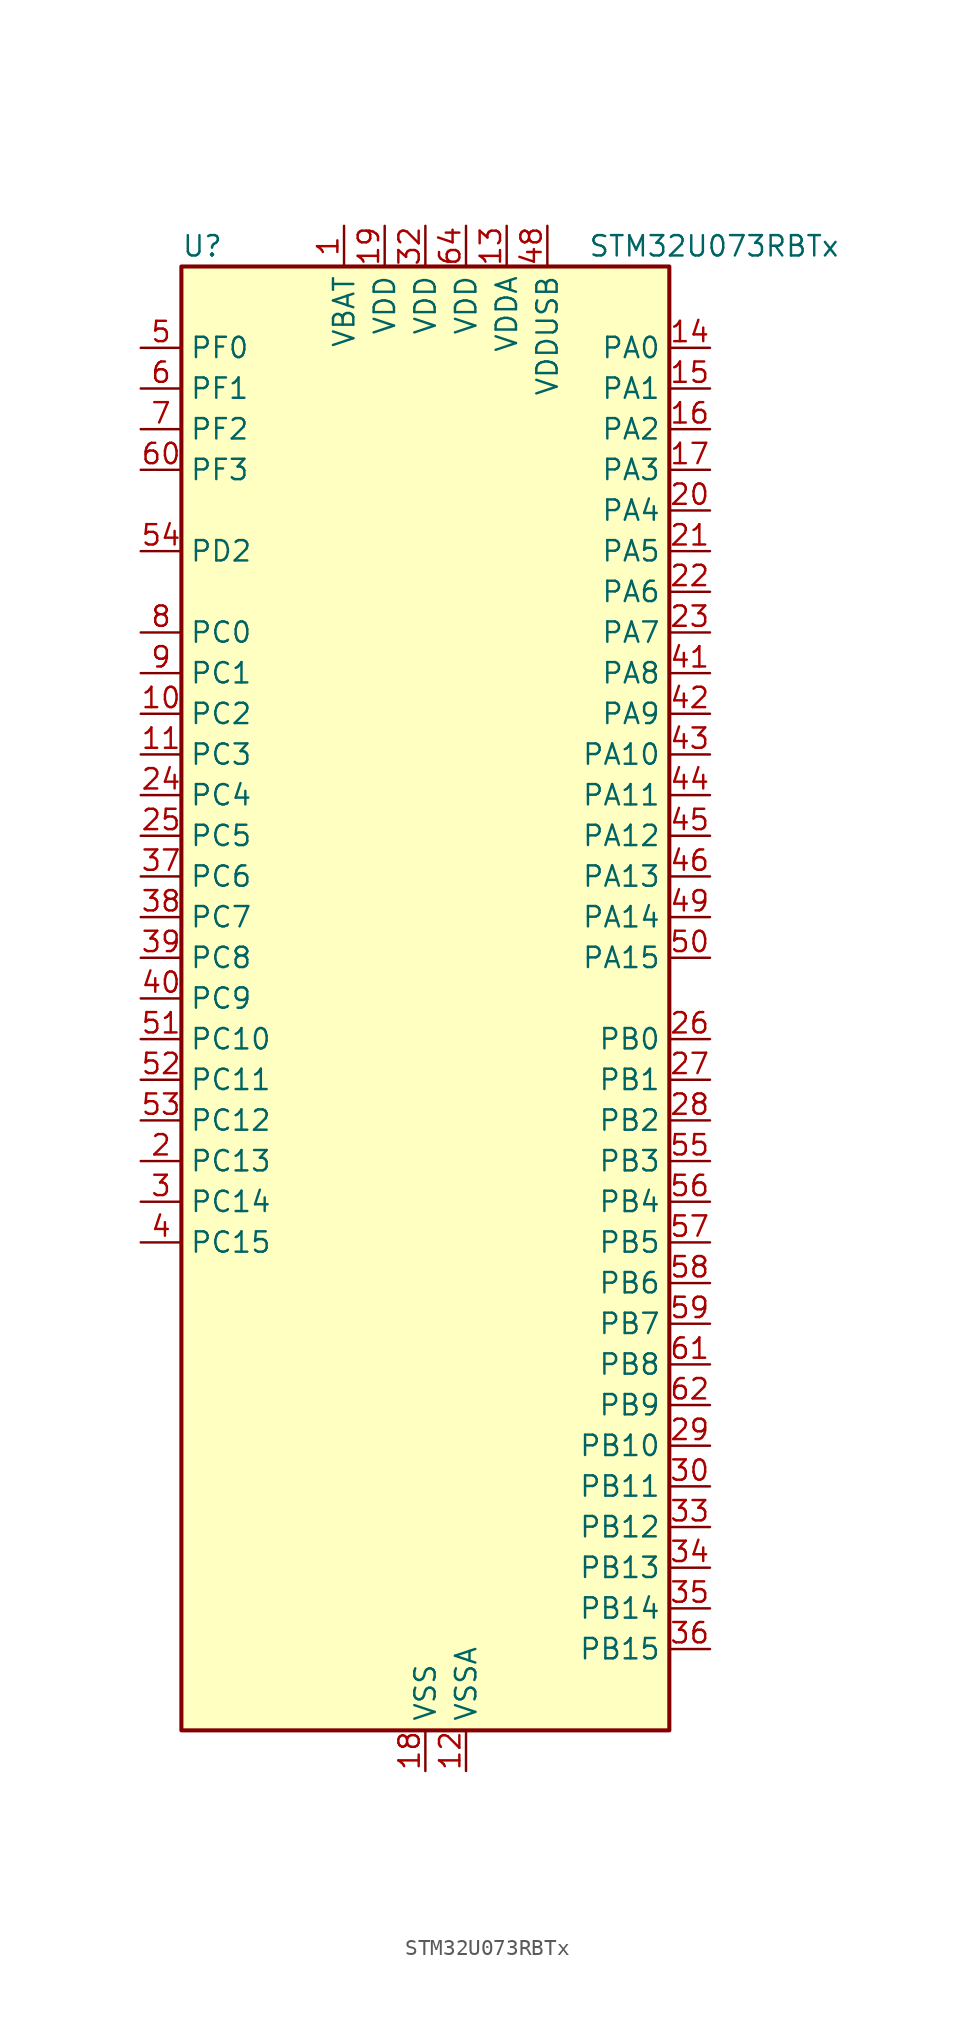
<source format=kicad_sym>
(kicad_symbol_lib
  (version 20241209)
  (generator "kicad_symbol_editor")
  (generator_version "9.0")
  (symbol "STM32U073RBTx"
    (property "Reference" "U"
      (at -15.24 46.99 0)
      (effects (font (size 1.27 1.27)) (justify left)))
    (property "Value" "STM32U073RBTx"
      (at 10.16 46.99 0)
      (effects (font (size 1.27 1.27)) (justify left)))
    (symbol "STM32U073RBTx_0_1"
      (rectangle (start -15.24 -45.72) (end 15.24 45.72) (stroke (width 0.254) (type default)) (fill (type background))))
    (symbol "STM32U073RBTx_1_1"
      (pin bidirectional line (at -17.78 40.64 0) (length 2.54) (name "PF0" (effects (font (size 1.27 1.27)))) (number "5" (effects (font (size 1.27 1.27)))) (alternate "RCC_OSC_IN" bidirectional line))
      (pin bidirectional line (at -17.78 38.1 0) (length 2.54) (name "PF1" (effects (font (size 1.27 1.27)))) (number "6" (effects (font (size 1.27 1.27)))) (alternate "RCC_OSC_EN" bidirectional line) (alternate "RCC_OSC_OUT" bidirectional line))
      (pin bidirectional line (at -17.78 35.56 0) (length 2.54) (name "PF2" (effects (font (size 1.27 1.27)))) (number "7" (effects (font (size 1.27 1.27)))) (alternate "RCC_MCO" bidirectional line))
      (pin bidirectional line (at -17.78 33.02 0) (length 2.54) (name "PF3" (effects (font (size 1.27 1.27)))) (number "60" (effects (font (size 1.27 1.27)))))
      (pin bidirectional line (at -17.78 27.94 0) (length 2.54) (name "PD2" (effects (font (size 1.27 1.27)))) (number "54" (effects (font (size 1.27 1.27)))) (alternate "LCD_COM7" bidirectional line) (alternate "LCD_SEG31" bidirectional line) (alternate "LCD_SEG51" bidirectional line) (alternate "TIM3_ETR" bidirectional line) (alternate "TSC_SYNC" bidirectional line) (alternate "USART3_DE" bidirectional line) (alternate "USART3_RTS" bidirectional line))
      (pin bidirectional line (at -17.78 22.86 0) (length 2.54) (name "PC0" (effects (font (size 1.27 1.27)))) (number "8" (effects (font (size 1.27 1.27)))) (alternate "ADC1_IN0" bidirectional line) (alternate "I2C3_SCL" bidirectional line) (alternate "I2C4_SCL" bidirectional line) (alternate "LCD_SEG18" bidirectional line) (alternate "LPTIM1_IN1" bidirectional line) (alternate "LPTIM2_IN1" bidirectional line) (alternate "LPUART1_RX" bidirectional line) (alternate "LPUART2_TX" bidirectional line))
      (pin bidirectional line (at -17.78 20.32 0) (length 2.54) (name "PC1" (effects (font (size 1.27 1.27)))) (number "9" (effects (font (size 1.27 1.27)))) (alternate "ADC1_IN1" bidirectional line) (alternate "I2C3_SDA" bidirectional line) (alternate "I2C4_SDA" bidirectional line) (alternate "LCD_SEG19" bidirectional line) (alternate "LPTIM1_CH1" bidirectional line) (alternate "LPUART1_TX" bidirectional line) (alternate "LPUART2_RX" bidirectional line))
      (pin bidirectional line (at -17.78 17.78 0) (length 2.54) (name "PC2" (effects (font (size 1.27 1.27)))) (number "10" (effects (font (size 1.27 1.27)))) (alternate "ADC1_IN2" bidirectional line) (alternate "LCD_SEG20" bidirectional line) (alternate "LPTIM1_IN2" bidirectional line) (alternate "RCC_MCO2" bidirectional line) (alternate "SPI2_MISO" bidirectional line))
      (pin bidirectional line (at -17.78 15.24 0) (length 2.54) (name "PC3" (effects (font (size 1.27 1.27)))) (number "11" (effects (font (size 1.27 1.27)))) (alternate "ADC1_IN3" bidirectional line) (alternate "LCD_VLCD" bidirectional line) (alternate "LPTIM1_ETR" bidirectional line) (alternate "LPTIM2_ETR" bidirectional line) (alternate "LPTIM3_CH1" bidirectional line) (alternate "SPI2_MOSI" bidirectional line) (alternate "USART4_CK" bidirectional line))
      (pin bidirectional line (at -17.78 12.7 0) (length 2.54) (name "PC4" (effects (font (size 1.27 1.27)))) (number "24" (effects (font (size 1.27 1.27)))) (alternate "ADC1_IN15" bidirectional line) (alternate "COMP1_INM" bidirectional line) (alternate "LCD_SEG22" bidirectional line) (alternate "LPUART3_TX" bidirectional line) (alternate "USART3_TX" bidirectional line))
      (pin bidirectional line (at -17.78 10.16 0) (length 2.54) (name "PC5" (effects (font (size 1.27 1.27)))) (number "25" (effects (font (size 1.27 1.27)))) (alternate "ADC1_IN16" bidirectional line) (alternate "COMP1_INP" bidirectional line) (alternate "LCD_SEG23" bidirectional line) (alternate "LPTIM3_CH3" bidirectional line) (alternate "LPUART3_RX" bidirectional line) (alternate "PWR_WKUP5" bidirectional line) (alternate "TAMP_IN4" bidirectional line) (alternate "USART3_RX" bidirectional line))
      (pin bidirectional line (at -17.78 7.62 0) (length 2.54) (name "PC6" (effects (font (size 1.27 1.27)))) (number "37" (effects (font (size 1.27 1.27)))) (alternate "COMP1_INP" bidirectional line) (alternate "LCD_SEG24" bidirectional line) (alternate "LPUART2_TX" bidirectional line) (alternate "TIM3_CH1" bidirectional line) (alternate "TSC_G4_IO1" bidirectional line))
      (pin bidirectional line (at -17.78 5.08 0) (length 2.54) (name "PC7" (effects (font (size 1.27 1.27)))) (number "38" (effects (font (size 1.27 1.27)))) (alternate "LCD_SEG25" bidirectional line) (alternate "LPTIM2_CH2" bidirectional line) (alternate "LPTIM3_CH4" bidirectional line) (alternate "LPUART2_RX" bidirectional line) (alternate "TIM3_CH2" bidirectional line) (alternate "TSC_G4_IO2" bidirectional line))
      (pin bidirectional line (at -17.78 2.54 0) (length 2.54) (name "PC8" (effects (font (size 1.27 1.27)))) (number "39" (effects (font (size 1.27 1.27)))) (alternate "LCD_SEG26" bidirectional line) (alternate "LPTIM3_CH1" bidirectional line) (alternate "TIM3_CH3" bidirectional line) (alternate "TSC_G4_IO3" bidirectional line))
      (pin bidirectional line (at -17.78 0 0) (length 2.54) (name "PC9" (effects (font (size 1.27 1.27)))) (number "40" (effects (font (size 1.27 1.27)))) (alternate "DAC1_EXTI9" bidirectional line) (alternate "LCD_SEG27" bidirectional line) (alternate "LPTIM3_CH2" bidirectional line) (alternate "TIM3_CH4" bidirectional line) (alternate "TSC_G4_IO4" bidirectional line) (alternate "USB_NOE" bidirectional line))
      (pin bidirectional line (at -17.78 -2.54 0) (length 2.54) (name "PC10" (effects (font (size 1.27 1.27)))) (number "51" (effects (font (size 1.27 1.27)))) (alternate "LCD_COM4" bidirectional line) (alternate "LCD_SEG28" bidirectional line) (alternate "LCD_SEG48" bidirectional line) (alternate "LPTIM3_ETR" bidirectional line) (alternate "SPI3_SCK" bidirectional line) (alternate "TSC_G3_IO2" bidirectional line) (alternate "USART3_TX" bidirectional line) (alternate "USART4_TX" bidirectional line))
      (pin bidirectional line (at -17.78 -5.08 0) (length 2.54) (name "PC11" (effects (font (size 1.27 1.27)))) (number "52" (effects (font (size 1.27 1.27)))) (alternate "ADC1_EXTI11" bidirectional line) (alternate "LCD_COM5" bidirectional line) (alternate "LCD_SEG29" bidirectional line) (alternate "LCD_SEG49" bidirectional line) (alternate "LPTIM3_IN1" bidirectional line) (alternate "SPI3_MISO" bidirectional line) (alternate "TSC_G3_IO3" bidirectional line) (alternate "USART3_RX" bidirectional line) (alternate "USART4_RX" bidirectional line))
      (pin bidirectional line (at -17.78 -7.62 0) (length 2.54) (name "PC12" (effects (font (size 1.27 1.27)))) (number "53" (effects (font (size 1.27 1.27)))) (alternate "LCD_COM6" bidirectional line) (alternate "LCD_SEG30" bidirectional line) (alternate "LCD_SEG50" bidirectional line) (alternate "LPTIM3_CH3" bidirectional line) (alternate "SPI3_MOSI" bidirectional line) (alternate "USART3_CK" bidirectional line) (alternate "USART4_CK" bidirectional line))
      (pin bidirectional line (at -17.78 -10.16 0) (length 2.54) (name "PC13" (effects (font (size 1.27 1.27)))) (number "2" (effects (font (size 1.27 1.27)))) (alternate "LPTIM1_CH3" bidirectional line) (alternate "LPTIM3_CH3" bidirectional line) (alternate "PWR_WKUP2" bidirectional line) (alternate "RTC_OUT1" bidirectional line) (alternate "RTC_TS" bidirectional line) (alternate "TAMP_IN1" bidirectional line))
      (pin bidirectional line (at -17.78 -12.7 0) (length 2.54) (name "PC14" (effects (font (size 1.27 1.27)))) (number "3" (effects (font (size 1.27 1.27)))) (alternate "RCC_OSC32_IN" bidirectional line))
      (pin bidirectional line (at -17.78 -15.24 0) (length 2.54) (name "PC15" (effects (font (size 1.27 1.27)))) (number "4" (effects (font (size 1.27 1.27)))) (alternate "RCC_OSC32_EN" bidirectional line) (alternate "RCC_OSC32_OUT" bidirectional line) (alternate "RCC_OSC_EN" bidirectional line))
      (pin power_in line (at -5.08 48.26 270) (length 2.54) (name "VBAT" (effects (font (size 1.27 1.27)))) (number "1" (effects (font (size 1.27 1.27)))))
      (pin power_in line (at -2.54 48.26 270) (length 2.54) (name "VDD" (effects (font (size 1.27 1.27)))) (number "19" (effects (font (size 1.27 1.27)))))
      (pin power_in line (at 0 48.26 270) (length 2.54) (name "VDD" (effects (font (size 1.27 1.27)))) (number "32" (effects (font (size 1.27 1.27)))))
      (pin power_in line (at 0 -48.26 90) (length 2.54) (name "VSS" (effects (font (size 1.27 1.27)))) (number "18" (effects (font (size 1.27 1.27)))))
      (pin passive line (at 0 -48.26 90) (length 2.54) (hide yes) (name "VSS" (effects (font (size 1.27 1.27)))) (number "31" (effects (font (size 1.27 1.27)))))
      (pin passive line (at 0 -48.26 90) (length 2.54) (hide yes) (name "VSS" (effects (font (size 1.27 1.27)))) (number "47" (effects (font (size 1.27 1.27)))))
      (pin passive line (at 0 -48.26 90) (length 2.54) (hide yes) (name "VSS" (effects (font (size 1.27 1.27)))) (number "63" (effects (font (size 1.27 1.27)))))
      (pin power_in line (at 2.54 48.26 270) (length 2.54) (name "VDD" (effects (font (size 1.27 1.27)))) (number "64" (effects (font (size 1.27 1.27)))))
      (pin power_in line (at 2.54 -48.26 90) (length 2.54) (name "VSSA" (effects (font (size 1.27 1.27)))) (number "12" (effects (font (size 1.27 1.27)))))
      (pin power_in line (at 5.08 48.26 270) (length 2.54) (name "VDDA" (effects (font (size 1.27 1.27)))) (number "13" (effects (font (size 1.27 1.27)))))
      (pin power_in line (at 7.62 48.26 270) (length 2.54) (name "VDDUSB" (effects (font (size 1.27 1.27)))) (number "48" (effects (font (size 1.27 1.27)))))
      (pin bidirectional line (at 17.78 40.64 180) (length 2.54) (name "PA0" (effects (font (size 1.27 1.27)))) (number "14" (effects (font (size 1.27 1.27)))) (alternate "ADC1_IN4" bidirectional line) (alternate "COMP1_INM" bidirectional line) (alternate "COMP1_OUT" bidirectional line) (alternate "LCD_SEG42" bidirectional line) (alternate "OPAMP1_VINP" bidirectional line) (alternate "PWR_WKUP1" bidirectional line) (alternate "TAMP_IN2" bidirectional line) (alternate "TIM2_CH1" bidirectional line) (alternate "TIM2_ETR" bidirectional line) (alternate "USART2_CTS" bidirectional line) (alternate "USART4_TX" bidirectional line))
      (pin bidirectional line (at 17.78 38.1 180) (length 2.54) (name "PA1" (effects (font (size 1.27 1.27)))) (number "15" (effects (font (size 1.27 1.27)))) (alternate "ADC1_IN5" bidirectional line) (alternate "COMP1_INP" bidirectional line) (alternate "LCD_SEG0" bidirectional line) (alternate "LPTIM1_CH2" bidirectional line) (alternate "OPAMP1_VINM" bidirectional line) (alternate "PWR_WKUP3" bidirectional line) (alternate "SPI1_SCK" bidirectional line) (alternate "SPI2_SCK" bidirectional line) (alternate "TAMP_IN5" bidirectional line) (alternate "TIM15_CH1N" bidirectional line) (alternate "TIM2_CH2" bidirectional line) (alternate "USART2_DE" bidirectional line) (alternate "USART2_RTS" bidirectional line) (alternate "USART4_RX" bidirectional line))
      (pin bidirectional line (at 17.78 35.56 180) (length 2.54) (name "PA2" (effects (font (size 1.27 1.27)))) (number "16" (effects (font (size 1.27 1.27)))) (alternate "ADC1_IN6" bidirectional line) (alternate "COMP2_INM" bidirectional line) (alternate "COMP2_OUT" bidirectional line) (alternate "LCD_SEG1" bidirectional line) (alternate "LPUART1_TX" bidirectional line) (alternate "PWR_WKUP4" bidirectional line) (alternate "RCC_LSCO" bidirectional line) (alternate "TIM15_CH1" bidirectional line) (alternate "TIM2_CH3" bidirectional line) (alternate "USART2_TX" bidirectional line))
      (pin bidirectional line (at 17.78 33.02 180) (length 2.54) (name "PA3" (effects (font (size 1.27 1.27)))) (number "17" (effects (font (size 1.27 1.27)))) (alternate "ADC1_IN7" bidirectional line) (alternate "COMP2_INP" bidirectional line) (alternate "LCD_SEG2" bidirectional line) (alternate "LPUART1_RX" bidirectional line) (alternate "OPAMP1_VOUT" bidirectional line) (alternate "TIM15_CH2" bidirectional line) (alternate "TIM2_CH4" bidirectional line) (alternate "USART2_RX" bidirectional line))
      (pin bidirectional line (at 17.78 30.48 180) (length 2.54) (name "PA4" (effects (font (size 1.27 1.27)))) (number "20" (effects (font (size 1.27 1.27)))) (alternate "ADC1_IN8" bidirectional line) (alternate "COMP1_INM" bidirectional line) (alternate "COMP2_INM" bidirectional line) (alternate "DAC1_OUT1" bidirectional line) (alternate "LCD_SEG43" bidirectional line) (alternate "LPTIM2_CH1" bidirectional line) (alternate "LPUART3_TX" bidirectional line) (alternate "SPI1_NSS" bidirectional line) (alternate "SPI3_NSS" bidirectional line) (alternate "USART2_CK" bidirectional line))
      (pin bidirectional line (at 17.78 27.94 180) (length 2.54) (name "PA5" (effects (font (size 1.27 1.27)))) (number "21" (effects (font (size 1.27 1.27)))) (alternate "ADC1_IN9" bidirectional line) (alternate "COMP1_INM" bidirectional line) (alternate "COMP2_INM" bidirectional line) (alternate "LCD_SEG44" bidirectional line) (alternate "LPTIM2_ETR" bidirectional line) (alternate "LPUART3_RX" bidirectional line) (alternate "SPI1_SCK" bidirectional line) (alternate "TIM2_CH1" bidirectional line) (alternate "TIM2_ETR" bidirectional line) (alternate "USART3_TX" bidirectional line))
      (pin bidirectional line (at 17.78 25.4 180) (length 2.54) (name "PA6" (effects (font (size 1.27 1.27)))) (number "22" (effects (font (size 1.27 1.27)))) (alternate "ADC1_IN10" bidirectional line) (alternate "COMP1_OUT" bidirectional line) (alternate "I2C2_SDA" bidirectional line) (alternate "I2C3_SDA" bidirectional line) (alternate "LCD_SEG3" bidirectional line) (alternate "LPUART1_CTS" bidirectional line) (alternate "SPI1_MISO" bidirectional line) (alternate "TIM16_CH1" bidirectional line) (alternate "TIM1_BKIN" bidirectional line) (alternate "TIM3_CH1" bidirectional line) (alternate "TSC_G5_IO1" bidirectional line) (alternate "USART3_CTS" bidirectional line))
      (pin bidirectional line (at 17.78 22.86 180) (length 2.54) (name "PA7" (effects (font (size 1.27 1.27)))) (number "23" (effects (font (size 1.27 1.27)))) (alternate "ADC1_IN14" bidirectional line) (alternate "COMP2_OUT" bidirectional line) (alternate "I2C2_SCL" bidirectional line) (alternate "I2C3_SCL" bidirectional line) (alternate "LCD_SEG4" bidirectional line) (alternate "LPTIM2_CH2" bidirectional line) (alternate "SPI1_MOSI" bidirectional line) (alternate "TIM1_CH1N" bidirectional line) (alternate "TIM3_CH2" bidirectional line) (alternate "USART3_RX" bidirectional line))
      (pin bidirectional line (at 17.78 20.32 180) (length 2.54) (name "PA8" (effects (font (size 1.27 1.27)))) (number "41" (effects (font (size 1.27 1.27)))) (alternate "LCD_COM0" bidirectional line) (alternate "LPTIM2_CH1" bidirectional line) (alternate "RCC_MCO" bidirectional line) (alternate "RCC_MCO2" bidirectional line) (alternate "TIM1_CH1" bidirectional line) (alternate "TSC_G7_IO1" bidirectional line) (alternate "USART1_CK" bidirectional line))
      (pin bidirectional line (at 17.78 17.78 180) (length 2.54) (name "PA9" (effects (font (size 1.27 1.27)))) (number "42" (effects (font (size 1.27 1.27)))) (alternate "COMP1_INP" bidirectional line) (alternate "DAC1_EXTI9" bidirectional line) (alternate "I2C1_SCL" bidirectional line) (alternate "I2C2_SCL" bidirectional line) (alternate "LCD_COM1" bidirectional line) (alternate "RCC_MCO" bidirectional line) (alternate "TIM15_BKIN" bidirectional line) (alternate "TIM1_CH2" bidirectional line) (alternate "TSC_G7_IO2" bidirectional line) (alternate "USART1_TX" bidirectional line))
      (pin bidirectional line (at 17.78 15.24 180) (length 2.54) (name "PA10" (effects (font (size 1.27 1.27)))) (number "43" (effects (font (size 1.27 1.27)))) (alternate "CRS_SYNC" bidirectional line) (alternate "I2C1_SDA" bidirectional line) (alternate "I2C2_SDA" bidirectional line) (alternate "LCD_COM2" bidirectional line) (alternate "RCC_MCO2" bidirectional line) (alternate "SPI2_NSS" bidirectional line) (alternate "TIM1_CH3" bidirectional line) (alternate "TSC_G7_IO3" bidirectional line) (alternate "USART1_RX" bidirectional line))
      (pin bidirectional line (at 17.78 12.7 180) (length 2.54) (name "PA11" (effects (font (size 1.27 1.27)))) (number "44" (effects (font (size 1.27 1.27)))) (alternate "ADC1_EXTI11" bidirectional line) (alternate "COMP1_OUT" bidirectional line) (alternate "SPI1_MISO" bidirectional line) (alternate "SPI2_MISO" bidirectional line) (alternate "TIM1_BKIN2" bidirectional line) (alternate "TIM1_CH4" bidirectional line) (alternate "USART1_CTS" bidirectional line) (alternate "USB_DM" bidirectional line))
      (pin bidirectional line (at 17.78 10.16 180) (length 2.54) (name "PA12" (effects (font (size 1.27 1.27)))) (number "45" (effects (font (size 1.27 1.27)))) (alternate "SPI1_MOSI" bidirectional line) (alternate "SPI2_MOSI" bidirectional line) (alternate "TIM1_ETR" bidirectional line) (alternate "USART1_DE" bidirectional line) (alternate "USART1_RTS" bidirectional line) (alternate "USB_DP" bidirectional line))
      (pin bidirectional line (at 17.78 7.62 180) (length 2.54) (name "PA13" (effects (font (size 1.27 1.27)))) (number "46" (effects (font (size 1.27 1.27)))) (alternate "DEBUG_JTMS-SWDIO" bidirectional line) (alternate "IR_OUT" bidirectional line) (alternate "LCD_SEG40" bidirectional line) (alternate "TSC_G7_IO4" bidirectional line) (alternate "USB_NOE" bidirectional line))
      (pin bidirectional line (at 17.78 5.08 180) (length 2.54) (name "PA14" (effects (font (size 1.27 1.27)))) (number "49" (effects (font (size 1.27 1.27)))) (alternate "DEBUG_JTCK-SWCLK" bidirectional line) (alternate "LCD_SEG41" bidirectional line) (alternate "LPTIM1_CH1" bidirectional line) (alternate "TSC_G3_IO4" bidirectional line))
      (pin bidirectional line (at 17.78 2.54 180) (length 2.54) (name "PA15" (effects (font (size 1.27 1.27)))) (number "50" (effects (font (size 1.27 1.27)))) (alternate "DEBUG_JTDI" bidirectional line) (alternate "LCD_SEG17" bidirectional line) (alternate "LPTIM3_CH3" bidirectional line) (alternate "LPTIM3_IN2" bidirectional line) (alternate "SPI1_NSS" bidirectional line) (alternate "SPI3_NSS" bidirectional line) (alternate "TIM2_CH1" bidirectional line) (alternate "TIM2_ETR" bidirectional line) (alternate "TSC_G3_IO1" bidirectional line) (alternate "USART2_RX" bidirectional line) (alternate "USART3_DE" bidirectional line) (alternate "USART3_RTS" bidirectional line) (alternate "USART4_DE" bidirectional line) (alternate "USART4_RTS" bidirectional line))
      (pin bidirectional line (at 17.78 -2.54 180) (length 2.54) (name "PB0" (effects (font (size 1.27 1.27)))) (number "26" (effects (font (size 1.27 1.27)))) (alternate "ADC1_IN17" bidirectional line) (alternate "COMP1_OUT" bidirectional line) (alternate "LCD_SEG5" bidirectional line) (alternate "LPTIM3_CH1" bidirectional line) (alternate "LPUART2_CTS" bidirectional line) (alternate "SPI1_NSS" bidirectional line) (alternate "TIM1_CH2N" bidirectional line) (alternate "TIM3_CH3" bidirectional line) (alternate "TSC_G5_IO2" bidirectional line) (alternate "USART3_CK" bidirectional line))
      (pin bidirectional line (at 17.78 -5.08 180) (length 2.54) (name "PB1" (effects (font (size 1.27 1.27)))) (number "27" (effects (font (size 1.27 1.27)))) (alternate "ADC1_IN18" bidirectional line) (alternate "COMP1_INM" bidirectional line) (alternate "LCD_SEG6" bidirectional line) (alternate "LPTIM2_IN1" bidirectional line) (alternate "LPTIM3_CH2" bidirectional line) (alternate "LPUART1_DE" bidirectional line) (alternate "LPUART1_RTS" bidirectional line) (alternate "LPUART2_DE" bidirectional line) (alternate "LPUART2_RTS" bidirectional line) (alternate "TIM1_CH3N" bidirectional line) (alternate "TIM3_CH4" bidirectional line) (alternate "TSC_SYNC" bidirectional line) (alternate "USART3_DE" bidirectional line) (alternate "USART3_RTS" bidirectional line))
      (pin bidirectional line (at 17.78 -7.62 180) (length 2.54) (name "PB2" (effects (font (size 1.27 1.27)))) (number "28" (effects (font (size 1.27 1.27)))) (alternate "COMP1_INP" bidirectional line) (alternate "LCD_VLCD" bidirectional line) (alternate "LPTIM1_CH1" bidirectional line) (alternate "RTC_OUT2" bidirectional line))
      (pin bidirectional line (at 17.78 -10.16 180) (length 2.54) (name "PB3" (effects (font (size 1.27 1.27)))) (number "55" (effects (font (size 1.27 1.27)))) (alternate "COMP2_INM" bidirectional line) (alternate "DEBUG_JTDO-SWO" bidirectional line) (alternate "I2C2_SCL" bidirectional line) (alternate "I2C3_SCL" bidirectional line) (alternate "LCD_SEG7" bidirectional line) (alternate "LPTIM1_CH3" bidirectional line) (alternate "SPI1_SCK" bidirectional line) (alternate "SPI3_SCK" bidirectional line) (alternate "TIM2_CH2" bidirectional line) (alternate "USART1_DE" bidirectional line) (alternate "USART1_RTS" bidirectional line))
      (pin bidirectional line (at 17.78 -12.7 180) (length 2.54) (name "PB4" (effects (font (size 1.27 1.27)))) (number "56" (effects (font (size 1.27 1.27)))) (alternate "COMP2_INP" bidirectional line) (alternate "I2C2_SDA" bidirectional line) (alternate "I2C3_SDA" bidirectional line) (alternate "LCD_SEG8" bidirectional line) (alternate "LPTIM1_CH4" bidirectional line) (alternate "LPUART3_DE" bidirectional line) (alternate "LPUART3_RTS" bidirectional line) (alternate "SPI1_MISO" bidirectional line) (alternate "SPI3_MISO" bidirectional line) (alternate "TIM3_CH1" bidirectional line) (alternate "TSC_G2_IO1" bidirectional line) (alternate "USART1_CTS" bidirectional line))
      (pin bidirectional line (at 17.78 -15.24 180) (length 2.54) (name "PB5" (effects (font (size 1.27 1.27)))) (number "57" (effects (font (size 1.27 1.27)))) (alternate "COMP2_OUT" bidirectional line) (alternate "LCD_SEG9" bidirectional line) (alternate "LPTIM1_IN1" bidirectional line) (alternate "LPUART3_CTS" bidirectional line) (alternate "SPI1_MOSI" bidirectional line) (alternate "SPI3_MOSI" bidirectional line) (alternate "TIM16_BKIN" bidirectional line) (alternate "TIM3_CH2" bidirectional line) (alternate "TSC_G2_IO2" bidirectional line) (alternate "USART1_CK" bidirectional line))
      (pin bidirectional line (at 17.78 -17.78 180) (length 2.54) (name "PB6" (effects (font (size 1.27 1.27)))) (number "58" (effects (font (size 1.27 1.27)))) (alternate "COMP2_INP" bidirectional line) (alternate "I2C1_SCL" bidirectional line) (alternate "I2C2_SCL" bidirectional line) (alternate "I2C4_SCL" bidirectional line) (alternate "LPTIM1_ETR" bidirectional line) (alternate "LPUART2_TX" bidirectional line) (alternate "LPUART3_TX" bidirectional line) (alternate "TIM16_CH1N" bidirectional line) (alternate "TSC_G2_IO3" bidirectional line) (alternate "USART1_TX" bidirectional line))
      (pin bidirectional line (at 17.78 -20.32 180) (length 2.54) (name "PB7" (effects (font (size 1.27 1.27)))) (number "59" (effects (font (size 1.27 1.27)))) (alternate "COMP2_INM" bidirectional line) (alternate "I2C1_SDA" bidirectional line) (alternate "I2C2_SDA" bidirectional line) (alternate "I2C4_SDA" bidirectional line) (alternate "LCD_SEG21" bidirectional line) (alternate "LPTIM1_IN2" bidirectional line) (alternate "LPUART2_RX" bidirectional line) (alternate "LPUART3_RX" bidirectional line) (alternate "PWR_PVD_IN" bidirectional line) (alternate "TSC_G2_IO4" bidirectional line) (alternate "USART1_RX" bidirectional line) (alternate "USART4_CTS" bidirectional line))
      (pin bidirectional line (at 17.78 -22.86 180) (length 2.54) (name "PB8" (effects (font (size 1.27 1.27)))) (number "61" (effects (font (size 1.27 1.27)))) (alternate "I2C1_SCL" bidirectional line) (alternate "I2C2_SCL" bidirectional line) (alternate "LCD_SEG16" bidirectional line) (alternate "LPTIM1_IN2" bidirectional line) (alternate "LPTIM3_IN2" bidirectional line) (alternate "TIM16_CH1" bidirectional line) (alternate "USART3_TX" bidirectional line))
      (pin bidirectional line (at 17.78 -25.4 180) (length 2.54) (name "PB9" (effects (font (size 1.27 1.27)))) (number "62" (effects (font (size 1.27 1.27)))) (alternate "DAC1_EXTI9" bidirectional line) (alternate "I2C1_SDA" bidirectional line) (alternate "I2C2_SDA" bidirectional line) (alternate "IR_OUT" bidirectional line) (alternate "LCD_COM3" bidirectional line) (alternate "LPTIM1_CH4" bidirectional line) (alternate "LPTIM3_CH4" bidirectional line) (alternate "SPI2_NSS" bidirectional line) (alternate "USART3_RX" bidirectional line))
      (pin bidirectional line (at 17.78 -27.94 180) (length 2.54) (name "PB10" (effects (font (size 1.27 1.27)))) (number "29" (effects (font (size 1.27 1.27)))) (alternate "COMP1_OUT" bidirectional line) (alternate "I2C2_SCL" bidirectional line) (alternate "I2C4_SCL" bidirectional line) (alternate "LCD_SEG10" bidirectional line) (alternate "LPTIM3_CH1" bidirectional line) (alternate "LPUART1_RX" bidirectional line) (alternate "LPUART2_RX" bidirectional line) (alternate "SPI2_SCK" bidirectional line) (alternate "TIM2_CH3" bidirectional line) (alternate "TSC_G5_IO3" bidirectional line) (alternate "USART3_TX" bidirectional line))
      (pin bidirectional line (at 17.78 -30.48 180) (length 2.54) (name "PB11" (effects (font (size 1.27 1.27)))) (number "30" (effects (font (size 1.27 1.27)))) (alternate "ADC1_EXTI11" bidirectional line) (alternate "COMP2_OUT" bidirectional line) (alternate "I2C2_SDA" bidirectional line) (alternate "I2C4_SDA" bidirectional line) (alternate "LCD_SEG11" bidirectional line) (alternate "LPUART1_TX" bidirectional line) (alternate "LPUART2_TX" bidirectional line) (alternate "TIM2_CH4" bidirectional line) (alternate "TSC_G5_IO4" bidirectional line) (alternate "USART3_RX" bidirectional line))
      (pin bidirectional line (at 17.78 -33.02 180) (length 2.54) (name "PB12" (effects (font (size 1.27 1.27)))) (number "33" (effects (font (size 1.27 1.27)))) (alternate "LCD_SEG12" bidirectional line) (alternate "LPUART1_DE" bidirectional line) (alternate "LPUART1_RTS" bidirectional line) (alternate "SPI2_NSS" bidirectional line) (alternate "TIM15_BKIN" bidirectional line) (alternate "TIM1_BKIN" bidirectional line) (alternate "TSC_G1_IO1" bidirectional line) (alternate "USART3_CK" bidirectional line))
      (pin bidirectional line (at 17.78 -35.56 180) (length 2.54) (name "PB13" (effects (font (size 1.27 1.27)))) (number "34" (effects (font (size 1.27 1.27)))) (alternate "I2C2_SCL" bidirectional line) (alternate "LCD_SEG13" bidirectional line) (alternate "LPTIM3_IN1" bidirectional line) (alternate "LPUART1_CTS" bidirectional line) (alternate "SPI2_SCK" bidirectional line) (alternate "TIM15_CH1N" bidirectional line) (alternate "TIM1_CH1N" bidirectional line) (alternate "TSC_G1_IO2" bidirectional line) (alternate "USART3_CTS" bidirectional line))
      (pin bidirectional line (at 17.78 -38.1 180) (length 2.54) (name "PB14" (effects (font (size 1.27 1.27)))) (number "35" (effects (font (size 1.27 1.27)))) (alternate "I2C2_SDA" bidirectional line) (alternate "LCD_SEG14" bidirectional line) (alternate "LPTIM3_ETR" bidirectional line) (alternate "SPI2_MISO" bidirectional line) (alternate "TIM15_CH1" bidirectional line) (alternate "TIM1_CH2N" bidirectional line) (alternate "TSC_G1_IO3" bidirectional line) (alternate "USART3_DE" bidirectional line) (alternate "USART3_RTS" bidirectional line))
      (pin bidirectional line (at 17.78 -40.64 180) (length 2.54) (name "PB15" (effects (font (size 1.27 1.27)))) (number "36" (effects (font (size 1.27 1.27)))) (alternate "LCD_SEG15" bidirectional line) (alternate "PWR_WKUP7" bidirectional line) (alternate "RTC_REFIN" bidirectional line) (alternate "SPI2_MOSI" bidirectional line) (alternate "TAMP_IN3" bidirectional line) (alternate "TIM15_CH2" bidirectional line) (alternate "TIM1_CH3N" bidirectional line) (alternate "TSC_G1_IO4" bidirectional line)))))
</source>
